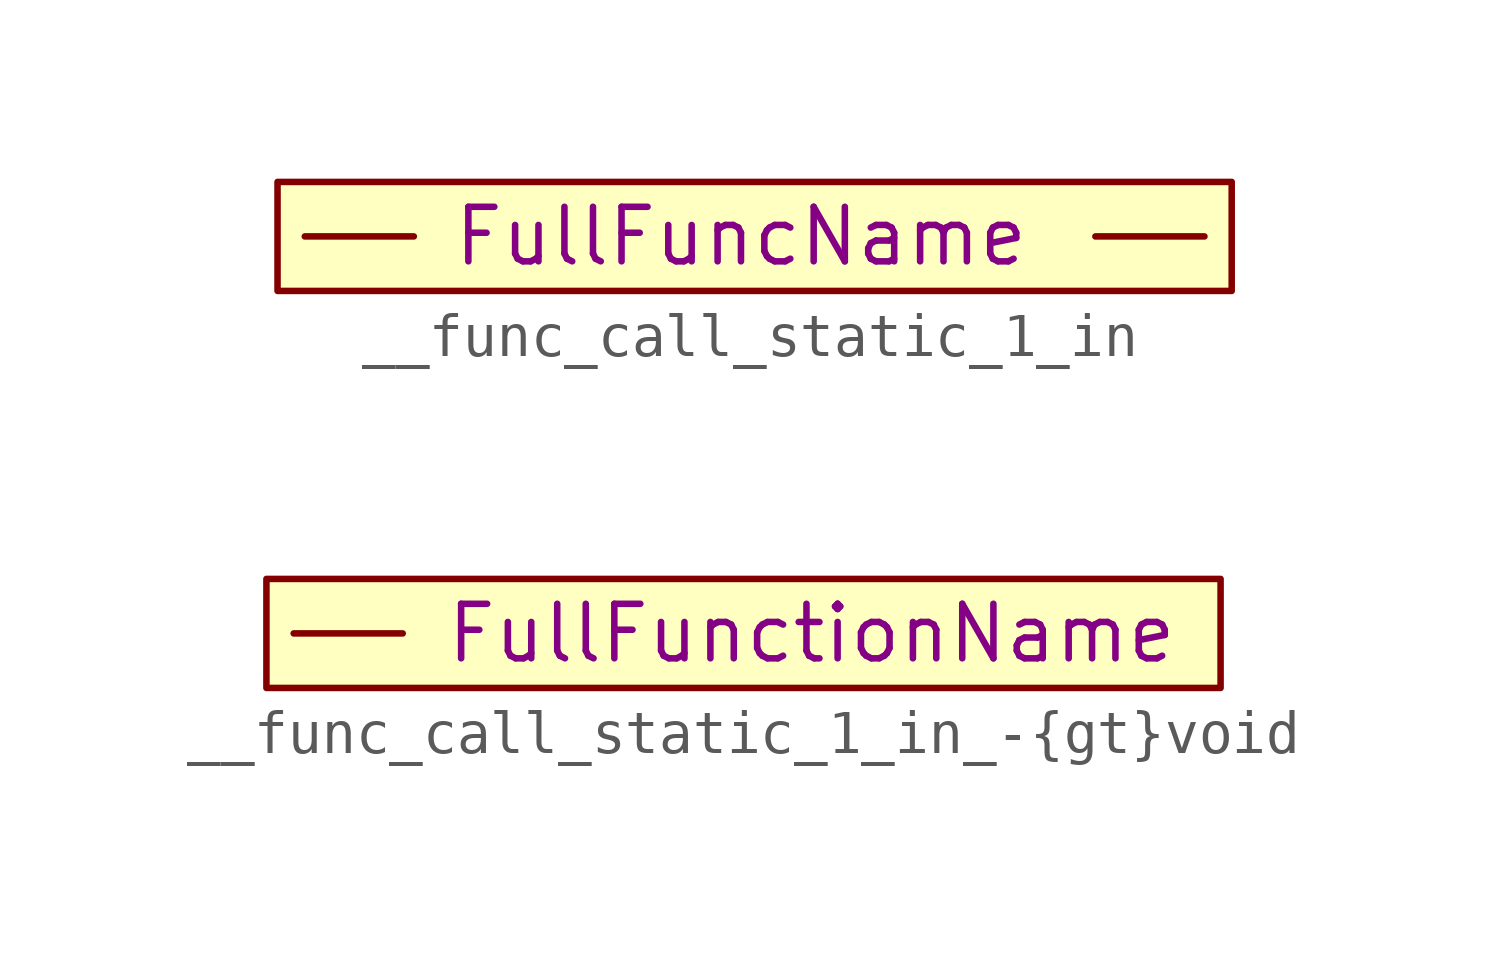
<source format=kicad_sym>
(kicad_symbol_lib
  (version 20220914)
  (generator kicad_symbol_editor)
  (symbol "__func_call_static_1_in"
    (property "Reference" "fcs"
      (at 0 2.54 0)
      (do_not_autoplace)
      (effects (font (size 1.27 1.27)) hide))
    (property "Value" ""
      (at -0.635 0 0)
      (effects (font (size 1.27 1.27))))
    (property "FullyQulifiedFuncName" "FullFuncName"
      (at 10.16 0 0)
      (do_not_autoplace)
      (effects (font (size 1.27 1.27))))
    (symbol "__func_call_static_1_in_1_1"
      (rectangle (start -0.635 1.27) (end 21.59 -1.27) (stroke (width 0) (type default)) (fill (type background)))
      (pin input line (at 0 0 0) (length 2.54) (name "" (effects (font (size 1.27 1.27)))) (number "" (effects (font (size 1.27 1.27)))))
      (pin output line (at 20.955 0 180) (length 2.54) (name "" (effects (font (size 1.27 1.27)))) (number "" (effects (font (size 1.27 1.27)))))))
  (symbol "__func_call_static_1_in_-{gt}void"
    (property "Reference" "U"
      (at 0 6.35 0)
      (do_not_autoplace)
      (effects (font (size 1.27 1.27)) hide))
    (property "Value" ""
      (at 10.16 0 0)
      (effects (font (size 1.27 1.27))))
    (property "FullFuncName" "FullFunctionName"
      (at 12.065 0 0)
      (do_not_autoplace)
      (effects (font (size 1.27 1.27))))
    (symbol "__func_call_static_1_in_-{gt}void_1_1"
      (rectangle (start -0.635 1.27) (end 21.59 -1.27) (stroke (width 0) (type default)) (fill (type background)))
      (pin input line (at 0 0 0) (length 2.54) (name "" (effects (font (size 1.27 1.27)))) (number "" (effects (font (size 1.27 1.27))))))))
</source>
